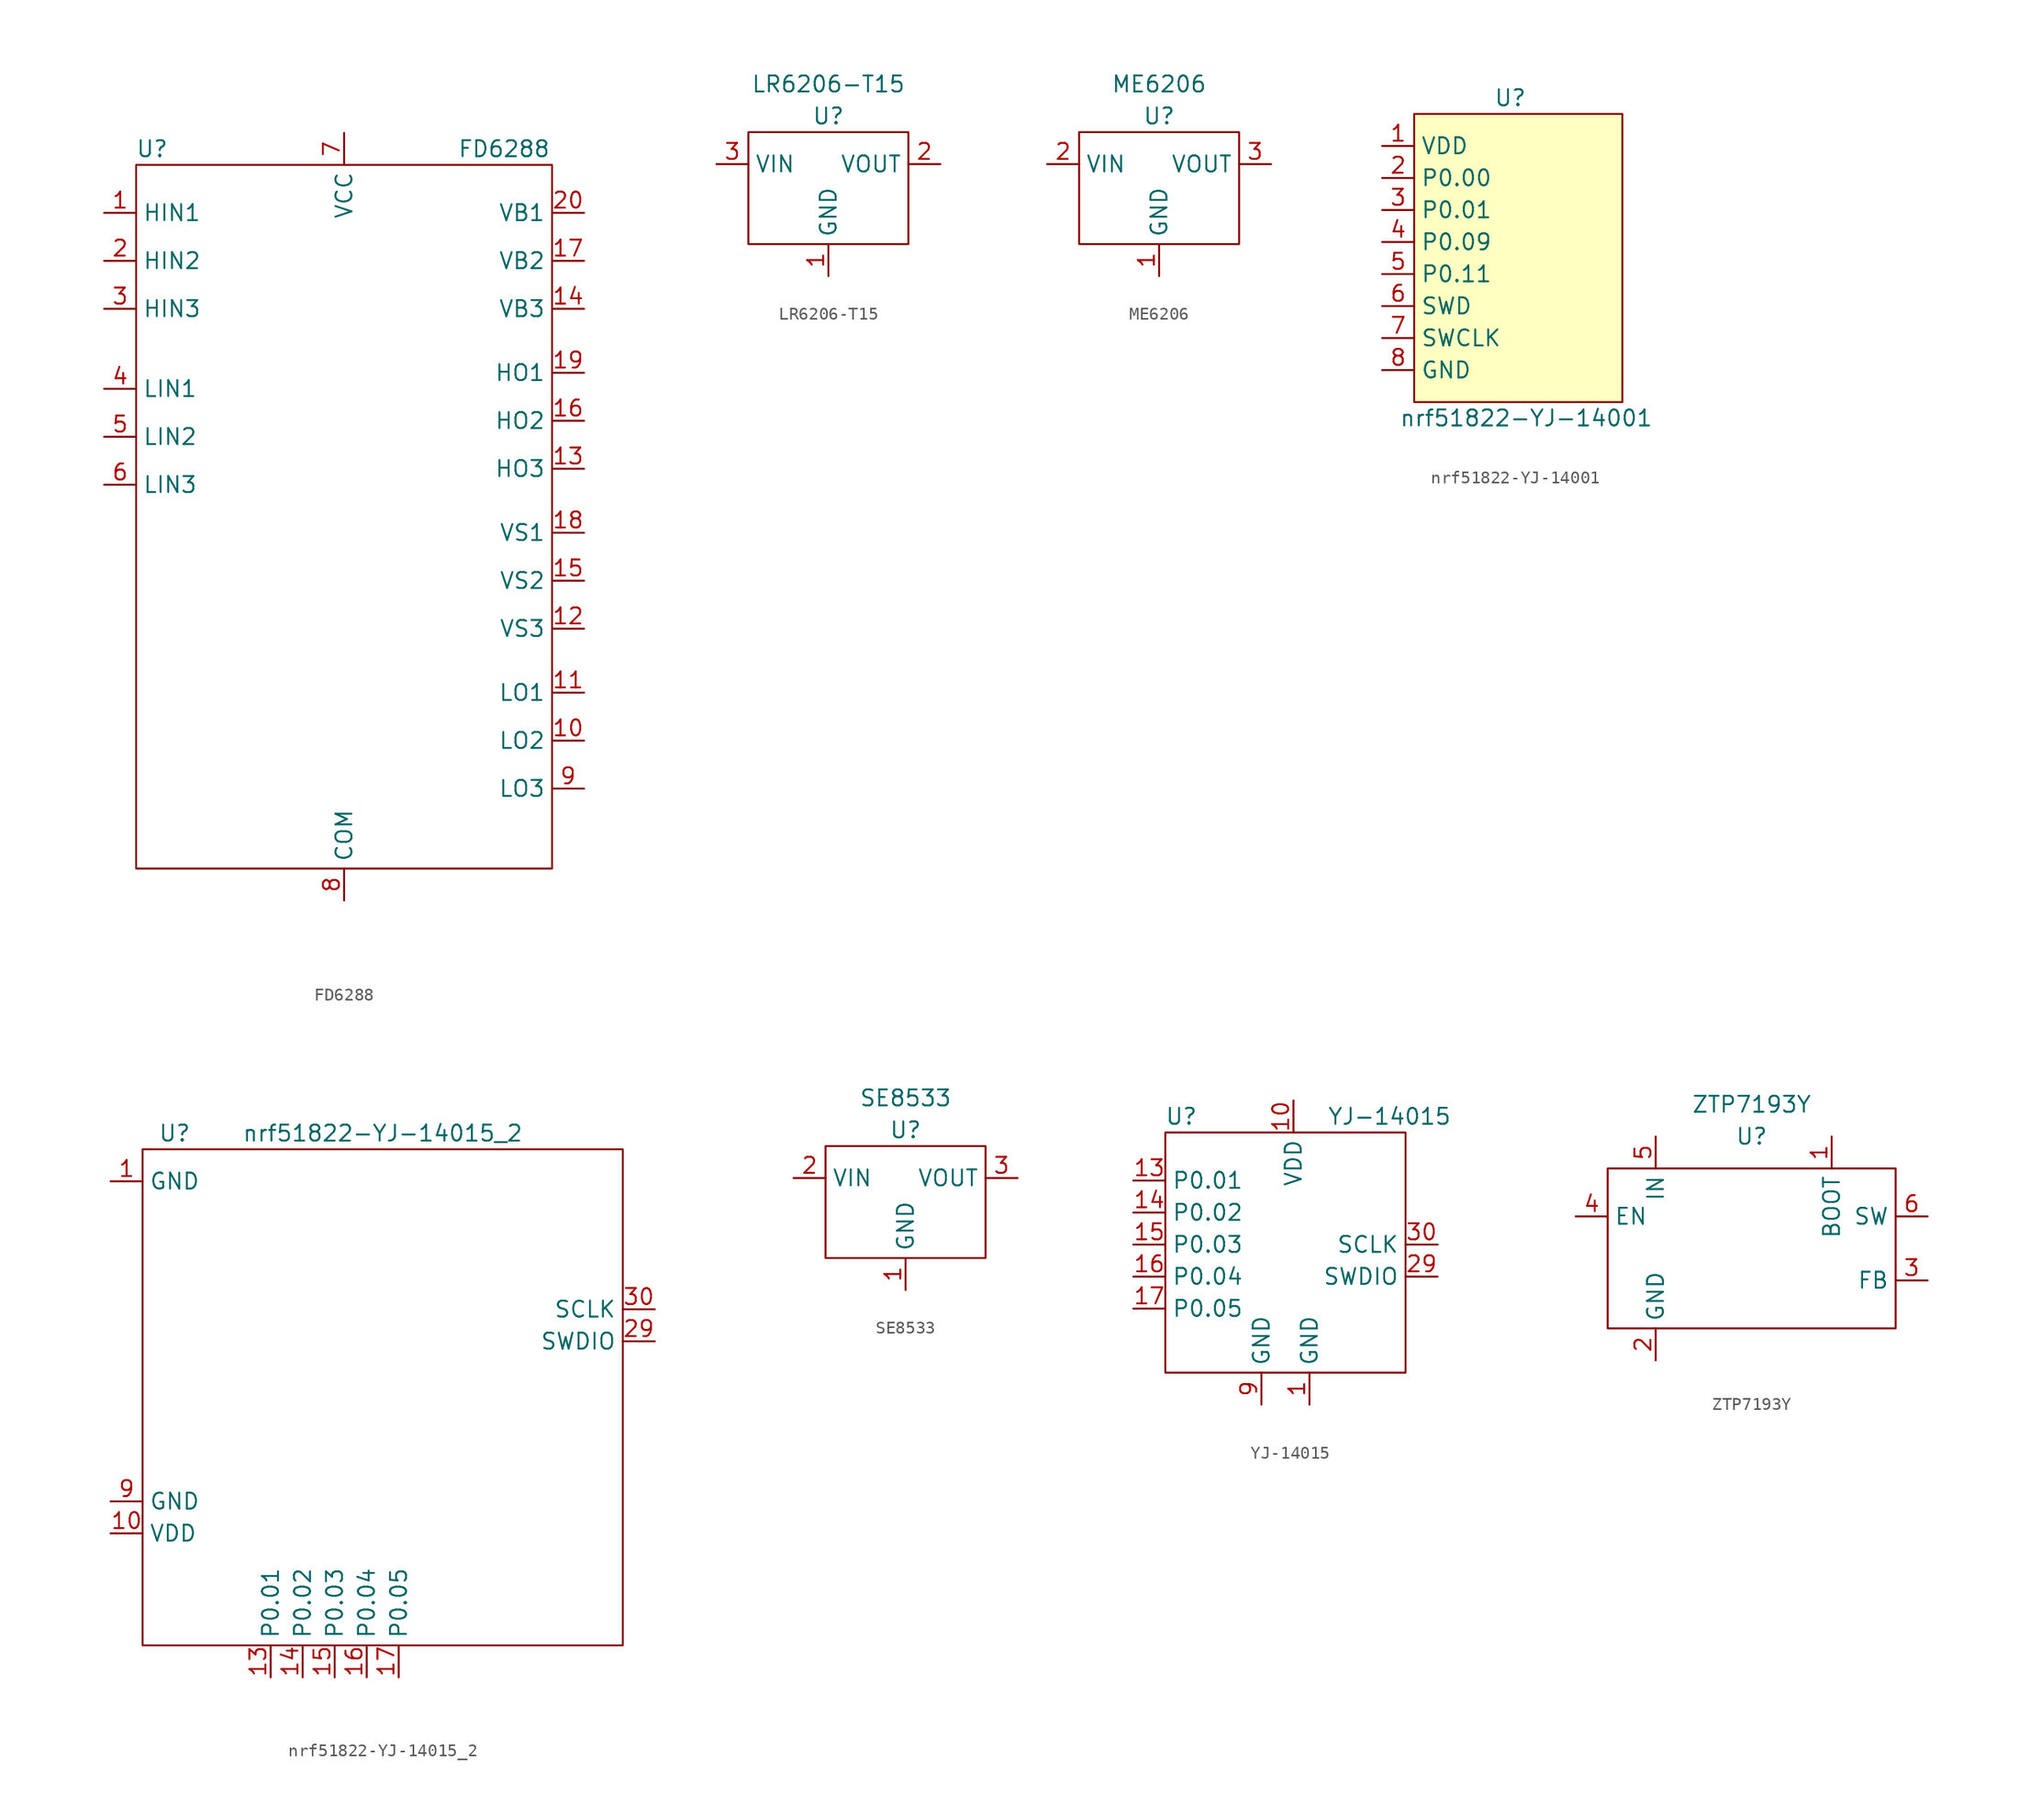
<source format=kicad_sym>
(kicad_symbol_lib
  (version 20211014)
  (generator kicad_symbol_editor)
  (symbol "FD6288"
    (property "Reference" "U"
      (at -15.24 -1.27 0)
      (effects (font (size 1.27 1.27))))
    (property "Value" "FD6288"
      (at 12.7 -1.27 0)
      (effects (font (size 1.27 1.27))))
    (symbol "FD6288_0_1"
      (rectangle (start -16.51 -2.54) (end 16.51 -58.42) (stroke (width 0) (type default) (color 0 0 0 0)) (fill (type none))))
    (symbol "FD6288_1_1"
      (pin input line (at -19.05 -6.35 0) (length 2.54) (name "HIN1" (effects (font (size 1.27 1.27)))) (number "1" (effects (font (size 1.27 1.27)))))
      (pin output line (at 19.05 -48.26 180) (length 2.54) (name "LO2" (effects (font (size 1.27 1.27)))) (number "10" (effects (font (size 1.27 1.27)))))
      (pin output line (at 19.05 -44.45 180) (length 2.54) (name "LO1" (effects (font (size 1.27 1.27)))) (number "11" (effects (font (size 1.27 1.27)))))
      (pin output line (at 19.05 -39.37 180) (length 2.54) (name "VS3" (effects (font (size 1.27 1.27)))) (number "12" (effects (font (size 1.27 1.27)))))
      (pin output line (at 19.05 -26.67 180) (length 2.54) (name "HO3" (effects (font (size 1.27 1.27)))) (number "13" (effects (font (size 1.27 1.27)))))
      (pin output line (at 19.05 -13.97 180) (length 2.54) (name "VB3" (effects (font (size 1.27 1.27)))) (number "14" (effects (font (size 1.27 1.27)))))
      (pin output line (at 19.05 -35.56 180) (length 2.54) (name "VS2" (effects (font (size 1.27 1.27)))) (number "15" (effects (font (size 1.27 1.27)))))
      (pin output line (at 19.05 -22.86 180) (length 2.54) (name "HO2" (effects (font (size 1.27 1.27)))) (number "16" (effects (font (size 1.27 1.27)))))
      (pin output line (at 19.05 -10.16 180) (length 2.54) (name "VB2" (effects (font (size 1.27 1.27)))) (number "17" (effects (font (size 1.27 1.27)))))
      (pin output line (at 19.05 -31.75 180) (length 2.54) (name "VS1" (effects (font (size 1.27 1.27)))) (number "18" (effects (font (size 1.27 1.27)))))
      (pin output line (at 19.05 -19.05 180) (length 2.54) (name "HO1" (effects (font (size 1.27 1.27)))) (number "19" (effects (font (size 1.27 1.27)))))
      (pin input line (at -19.05 -10.16 0) (length 2.54) (name "HIN2" (effects (font (size 1.27 1.27)))) (number "2" (effects (font (size 1.27 1.27)))))
      (pin output line (at 19.05 -6.35 180) (length 2.54) (name "VB1" (effects (font (size 1.27 1.27)))) (number "20" (effects (font (size 1.27 1.27)))))
      (pin input line (at -19.05 -13.97 0) (length 2.54) (name "HIN3" (effects (font (size 1.27 1.27)))) (number "3" (effects (font (size 1.27 1.27)))))
      (pin input line (at -19.05 -20.32 0) (length 2.54) (name "LIN1" (effects (font (size 1.27 1.27)))) (number "4" (effects (font (size 1.27 1.27)))))
      (pin input line (at -19.05 -24.13 0) (length 2.54) (name "LIN2" (effects (font (size 1.27 1.27)))) (number "5" (effects (font (size 1.27 1.27)))))
      (pin input line (at -19.05 -27.94 0) (length 2.54) (name "LIN3" (effects (font (size 1.27 1.27)))) (number "6" (effects (font (size 1.27 1.27)))))
      (pin input line (at 0 0 270) (length 2.54) (name "VCC" (effects (font (size 1.27 1.27)))) (number "7" (effects (font (size 1.27 1.27)))))
      (pin input line (at 0 -60.96 90) (length 2.54) (name "COM" (effects (font (size 1.27 1.27)))) (number "8" (effects (font (size 1.27 1.27)))))
      (pin output line (at 19.05 -52.07 180) (length 2.54) (name "LO3" (effects (font (size 1.27 1.27)))) (number "9" (effects (font (size 1.27 1.27)))))))
  (symbol "LR6206-T15"
    (property "Reference" "U"
      (at 0 0 0)
      (effects (font (size 1.27 1.27))))
    (property "Value" "LR6206-T15"
      (at 0 2.54 0)
      (effects (font (size 1.27 1.27))))
    (symbol "LR6206-T15_0_1"
      (rectangle (start -6.35 -1.27) (end 6.35 -10.16) (stroke (width 0) (type default) (color 0 0 0 0)) (fill (type none))))
    (symbol "LR6206-T15_1_1"
      (pin power_in line (at 0 -12.7 90) (length 2.54) (name "GND" (effects (font (size 1.27 1.27)))) (number "1" (effects (font (size 1.27 1.27)))))
      (pin power_out line (at 8.89 -3.81 180) (length 2.54) (name "VOUT" (effects (font (size 1.27 1.27)))) (number "2" (effects (font (size 1.27 1.27)))))
      (pin power_in line (at -8.89 -3.81 0) (length 2.54) (name "VIN" (effects (font (size 1.27 1.27)))) (number "3" (effects (font (size 1.27 1.27)))))))
  (symbol "ME6206"
    (property "Reference" "U"
      (at 0 0 0)
      (effects (font (size 1.27 1.27))))
    (property "Value" "ME6206"
      (at 0 2.54 0)
      (effects (font (size 1.27 1.27))))
    (symbol "ME6206_0_1"
      (rectangle (start -6.35 -1.27) (end 6.35 -10.16) (stroke (width 0) (type default) (color 0 0 0 0)) (fill (type none))))
    (symbol "ME6206_1_1"
      (pin power_in line (at 0 -12.7 90) (length 2.54) (name "GND" (effects (font (size 1.27 1.27)))) (number "1" (effects (font (size 1.27 1.27)))))
      (pin power_in line (at -8.89 -3.81 0) (length 2.54) (name "VIN" (effects (font (size 1.27 1.27)))) (number "2" (effects (font (size 1.27 1.27)))))
      (pin power_out line (at 8.89 -3.81 180) (length 2.54) (name "VOUT" (effects (font (size 1.27 1.27)))) (number "3" (effects (font (size 1.27 1.27)))))))
  (symbol "nrf51822-YJ-14001"
    (property "Reference" "U"
      (at 0 0 0)
      (effects (font (size 1.27 1.27))))
    (property "Value" "nrf51822-YJ-14001"
      (at 1.27 -25.4 0)
      (effects (font (size 1.27 1.27))))
    (symbol "nrf51822-YJ-14001_0_1"
      (rectangle (start -7.62 -1.27) (end 8.89 -24.13) (stroke (width 0) (type default) (color 0 0 0 0)) (fill (type background))))
    (symbol "nrf51822-YJ-14001_1_1"
      (pin input line (at -10.16 -3.81 0) (length 2.54) (name "VDD" (effects (font (size 1.27 1.27)))) (number "1" (effects (font (size 1.27 1.27)))))
      (pin input line (at -10.16 -6.35 0) (length 2.54) (name "P0.00" (effects (font (size 1.27 1.27)))) (number "2" (effects (font (size 1.27 1.27)))))
      (pin input line (at -10.16 -8.89 0) (length 2.54) (name "P0.01" (effects (font (size 1.27 1.27)))) (number "3" (effects (font (size 1.27 1.27)))))
      (pin input line (at -10.16 -11.43 0) (length 2.54) (name "P0.09" (effects (font (size 1.27 1.27)))) (number "4" (effects (font (size 1.27 1.27)))))
      (pin input line (at -10.16 -13.97 0) (length 2.54) (name "P0.11" (effects (font (size 1.27 1.27)))) (number "5" (effects (font (size 1.27 1.27)))))
      (pin input line (at -10.16 -16.51 0) (length 2.54) (name "SWD" (effects (font (size 1.27 1.27)))) (number "6" (effects (font (size 1.27 1.27)))))
      (pin input line (at -10.16 -19.05 0) (length 2.54) (name "SWCLK" (effects (font (size 1.27 1.27)))) (number "7" (effects (font (size 1.27 1.27)))))
      (pin input line (at -10.16 -21.59 0) (length 2.54) (name "GND" (effects (font (size 1.27 1.27)))) (number "8" (effects (font (size 1.27 1.27)))))))
  (symbol "nrf51822-YJ-14015_2"
    (property "Reference" "U"
      (at -16.51 20.32 0)
      (effects (font (size 1.27 1.27))))
    (property "Value" "nrf51822-YJ-14015_2"
      (at 0 20.32 0)
      (effects (font (size 1.27 1.27))))
    (symbol "nrf51822-YJ-14015_2_0_1"
      (rectangle (start -19.05 19.05) (end 19.05 -20.32) (stroke (width 0) (type default) (color 0 0 0 0)) (fill (type none))))
    (symbol "nrf51822-YJ-14015_2_1_1"
      (pin power_in line (at -21.59 16.51 0) (length 2.54) (name "GND" (effects (font (size 1.27 1.27)))) (number "1" (effects (font (size 1.27 1.27)))))
      (pin power_in line (at -21.59 -11.43 0) (length 2.54) (name "VDD" (effects (font (size 1.27 1.27)))) (number "10" (effects (font (size 1.27 1.27)))))
      (pin input line (at -8.89 -22.86 90) (length 2.54) (name "P0.01" (effects (font (size 1.27 1.27)))) (number "13" (effects (font (size 1.27 1.27)))))
      (pin input line (at -6.35 -22.86 90) (length 2.54) (name "P0.02" (effects (font (size 1.27 1.27)))) (number "14" (effects (font (size 1.27 1.27)))))
      (pin input line (at -3.81 -22.86 90) (length 2.54) (name "P0.03" (effects (font (size 1.27 1.27)))) (number "15" (effects (font (size 1.27 1.27)))))
      (pin input line (at -1.27 -22.86 90) (length 2.54) (name "P0.04" (effects (font (size 1.27 1.27)))) (number "16" (effects (font (size 1.27 1.27)))))
      (pin input line (at 1.27 -22.86 90) (length 2.54) (name "P0.05" (effects (font (size 1.27 1.27)))) (number "17" (effects (font (size 1.27 1.27)))))
      (pin input line (at 21.59 3.81 180) (length 2.54) (name "SWDIO" (effects (font (size 1.27 1.27)))) (number "29" (effects (font (size 1.27 1.27)))))
      (pin input line (at 21.59 6.35 180) (length 2.54) (name "SCLK" (effects (font (size 1.27 1.27)))) (number "30" (effects (font (size 1.27 1.27)))))
      (pin power_in line (at -21.59 -8.89 0) (length 2.54) (name "GND" (effects (font (size 1.27 1.27)))) (number "9" (effects (font (size 1.27 1.27)))))))
  (symbol "SE8533"
    (property "Reference" "U"
      (at 0 0 0)
      (effects (font (size 1.27 1.27))))
    (property "Value" "SE8533"
      (at 0 2.54 0)
      (effects (font (size 1.27 1.27))))
    (symbol "SE8533_0_1"
      (rectangle (start -6.35 -1.27) (end 6.35 -10.16) (stroke (width 0) (type default) (color 0 0 0 0)) (fill (type none))))
    (symbol "SE8533_1_1"
      (pin power_in line (at 0 -12.7 90) (length 2.54) (name "GND" (effects (font (size 1.27 1.27)))) (number "1" (effects (font (size 1.27 1.27)))))
      (pin power_in line (at -8.89 -3.81 0) (length 2.54) (name "VIN" (effects (font (size 1.27 1.27)))) (number "2" (effects (font (size 1.27 1.27)))))
      (pin power_out line (at 8.89 -3.81 180) (length 2.54) (name "VOUT" (effects (font (size 1.27 1.27)))) (number "3" (effects (font (size 1.27 1.27)))))))
  (symbol "YJ-14015"
    (property "Reference" "U"
      (at -8.89 10.16 0)
      (effects (font (size 1.27 1.27))))
    (property "Value" "YJ-14015"
      (at 7.62 10.16 0)
      (effects (font (size 1.27 1.27))))
    (symbol "YJ-14015_0_1"
      (rectangle (start -10.16 8.89) (end 8.89 -10.16) (stroke (width 0) (type default) (color 0 0 0 0)) (fill (type none))))
    (symbol "YJ-14015_1_1"
      (pin power_in line (at 1.27 -12.7 90) (length 2.54) (name "GND" (effects (font (size 1.27 1.27)))) (number "1" (effects (font (size 1.27 1.27)))))
      (pin power_in line (at 0 11.43 270) (length 2.54) (name "VDD" (effects (font (size 1.27 1.27)))) (number "10" (effects (font (size 1.27 1.27)))))
      (pin input line (at -12.7 5.08 0) (length 2.54) (name "P0.01" (effects (font (size 1.27 1.27)))) (number "13" (effects (font (size 1.27 1.27)))))
      (pin input line (at -12.7 2.54 0) (length 2.54) (name "P0.02" (effects (font (size 1.27 1.27)))) (number "14" (effects (font (size 1.27 1.27)))))
      (pin input line (at -12.7 0 0) (length 2.54) (name "P0.03" (effects (font (size 1.27 1.27)))) (number "15" (effects (font (size 1.27 1.27)))))
      (pin input line (at -12.7 -2.54 0) (length 2.54) (name "P0.04" (effects (font (size 1.27 1.27)))) (number "16" (effects (font (size 1.27 1.27)))))
      (pin input line (at -12.7 -5.08 0) (length 2.54) (name "P0.05" (effects (font (size 1.27 1.27)))) (number "17" (effects (font (size 1.27 1.27)))))
      (pin input line (at 11.43 -2.54 180) (length 2.54) (name "SWDIO" (effects (font (size 1.27 1.27)))) (number "29" (effects (font (size 1.27 1.27)))))
      (pin input line (at 11.43 0 180) (length 2.54) (name "SCLK" (effects (font (size 1.27 1.27)))) (number "30" (effects (font (size 1.27 1.27)))))
      (pin power_in line (at -2.54 -12.7 90) (length 2.54) (name "GND" (effects (font (size 1.27 1.27)))) (number "9" (effects (font (size 1.27 1.27)))))))
  (symbol "ZTP7193Y"
    (property "Reference" "U"
      (at 0 1.27 0)
      (effects (font (size 1.27 1.27))))
    (property "Value" "ZTP7193Y"
      (at 0 3.81 0)
      (effects (font (size 1.27 1.27))))
    (symbol "ZTP7193Y_0_1"
      (rectangle (start -11.43 -1.27) (end 11.43 -13.97) (stroke (width 0) (type default) (color 0 0 0 0)) (fill (type none))))
    (symbol "ZTP7193Y_1_1"
      (pin input line (at 6.35 1.27 270) (length 2.54) (name "BOOT" (effects (font (size 1.27 1.27)))) (number "1" (effects (font (size 1.27 1.27)))))
      (pin power_in line (at -7.62 -16.51 90) (length 2.54) (name "GND" (effects (font (size 1.27 1.27)))) (number "2" (effects (font (size 1.27 1.27)))))
      (pin input line (at 13.97 -10.16 180) (length 2.54) (name "FB" (effects (font (size 1.27 1.27)))) (number "3" (effects (font (size 1.27 1.27)))))
      (pin input line (at -13.97 -5.08 0) (length 2.54) (name "EN" (effects (font (size 1.27 1.27)))) (number "4" (effects (font (size 1.27 1.27)))))
      (pin power_in line (at -7.62 1.27 270) (length 2.54) (name "IN" (effects (font (size 1.27 1.27)))) (number "5" (effects (font (size 1.27 1.27)))))
      (pin output line (at 13.97 -5.08 180) (length 2.54) (name "SW" (effects (font (size 1.27 1.27)))) (number "6" (effects (font (size 1.27 1.27))))))))
</source>
